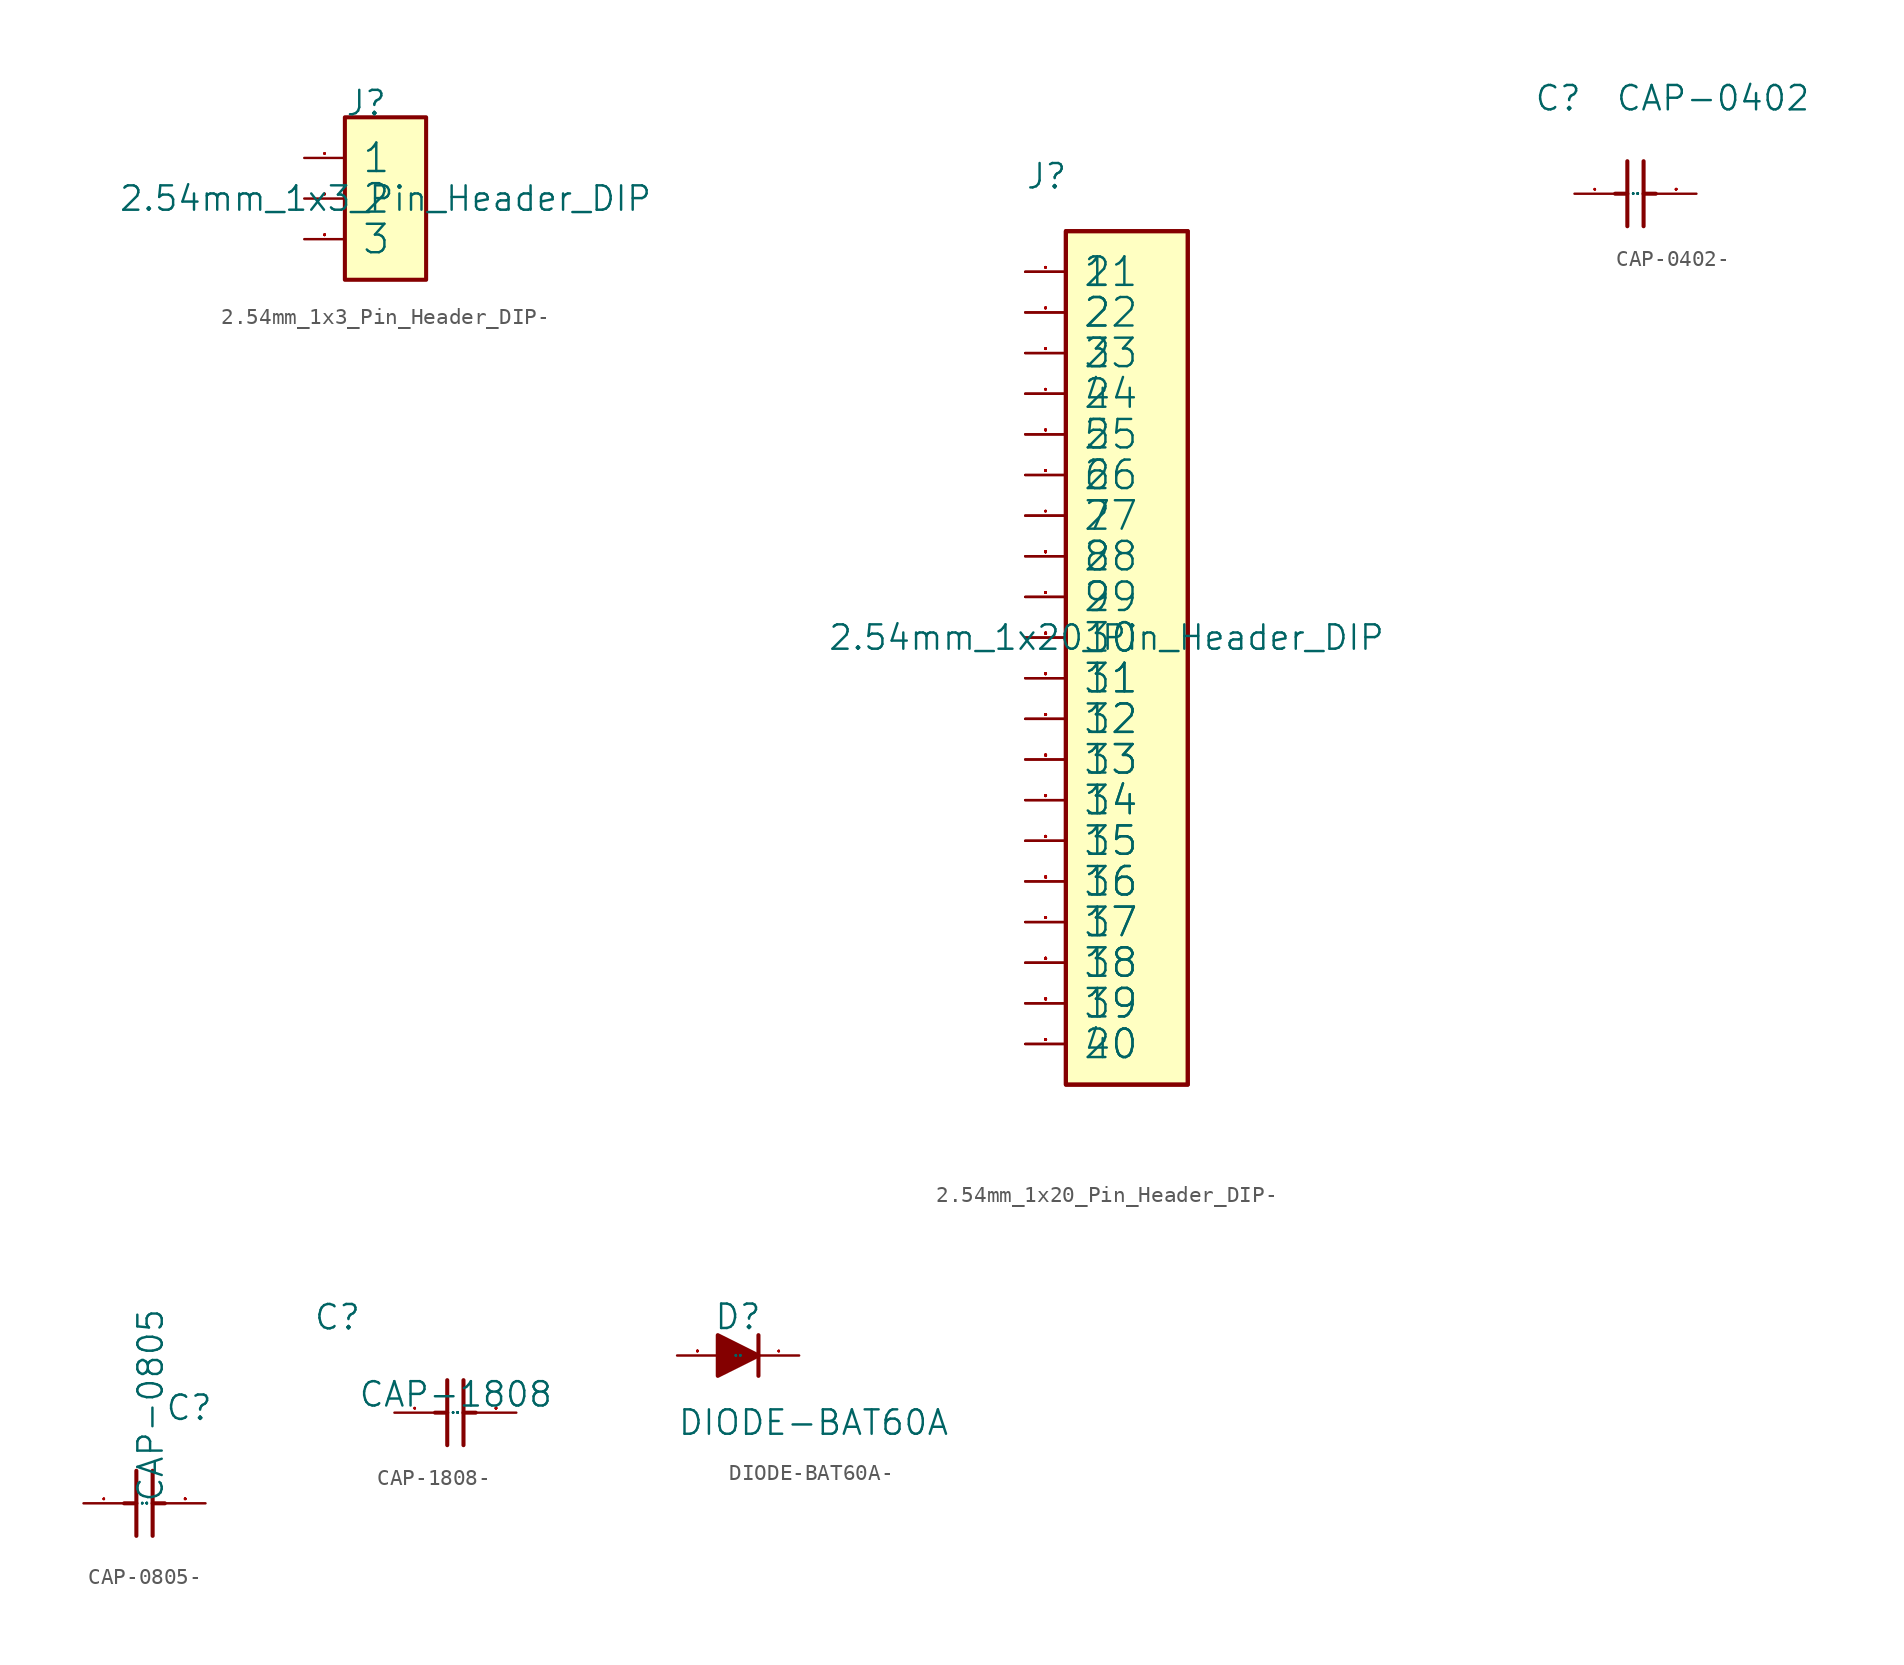
<source format=kicad_sym>
(kicad_symbol_lib
  (version 20220914)
  (generator kicad_symbol_editor)
  (symbol "2.54mm_1x3_Pin_Header_DIP-"
    (pin_names
      (offset 1.016))
    (property "Reference" "J"
      (at -2.54 5.08 0)
      (effects (font (size 1.524 1.524)) (justify left bottom)))
    (property "Value" "2.54mm_1x3_Pin_Header_DIP"
      (at 0 0 0)
      (effects (font (size 1.524 1.524))))
    (property "Footprint" ""
      (at 0 0 0)
      (effects (font (size 1.524 1.524))))
    (property "Datasheet" ""
      (at 0 0 0)
      (effects (font (size 1.524 1.524))))
    (symbol "2.54mm_1x3_Pin_Header_DIP-_0_1"
      (rectangle (start -2.54 -5.08) (end 2.54 5.08) (stroke (width 0.254) (type solid)) (fill (type background)))
      (pin passive line (at -5.08 2.54 0) (length 2.54) (name "1" (effects (font (size 1.778 1.778)))) (number "1" (effects (font (size 0.025 0.025)))))
      (pin passive line (at -5.08 0 0) (length 2.54) (name "2" (effects (font (size 1.778 1.778)))) (number "2" (effects (font (size 0.025 0.025)))))
      (pin passive line (at -5.08 -2.54 0) (length 2.54) (name "3" (effects (font (size 1.778 1.778)))) (number "3" (effects (font (size 0.025 0.025)))))))
  (symbol "2.54mm_1x20_Pin_Header_DIP-"
    (pin_names
      (offset 1.016))
    (property "Reference" "J"
      (at -5.08 27.94 0)
      (effects (font (size 1.524 1.524)) (justify left bottom)))
    (property "Value" "2.54mm_1x20_Pin_Header_DIP"
      (at 0 0 0)
      (effects (font (size 1.524 1.524))))
    (property "Footprint" ""
      (at 0 0 0)
      (effects (font (size 1.524 1.524))))
    (property "Datasheet" ""
      (at 0 0 0)
      (effects (font (size 1.524 1.524))))
    (symbol "2.54mm_1x20_Pin_Header_DIP-_0_1"
      (rectangle (start -2.54 -27.94) (end 5.08 25.4) (stroke (width 0.254) (type solid)) (fill (type background)))
      (rectangle (start 5.08 25.4) (end -2.54 -27.94) (stroke (width 0.254) (type solid)) (fill (type background)))
      (pin passive line (at -5.08 22.86 0) (length 2.54) (name "1" (effects (font (size 1.778 1.778)))) (number "1" (effects (font (size 0.025 0.025)))))
      (pin passive line (at -5.08 22.86 0) (length 2.54) (name "21" (effects (font (size 1.778 1.778)))) (number "1" (effects (font (size 0.025 0.025)))))
      (pin passive line (at -5.08 0 0) (length 2.54) (name "10" (effects (font (size 1.778 1.778)))) (number "10" (effects (font (size 0.025 0.025)))))
      (pin passive line (at -5.08 0 0) (length 2.54) (name "30" (effects (font (size 1.778 1.778)))) (number "10" (effects (font (size 0.025 0.025)))))
      (pin passive line (at -5.08 -2.54 0) (length 2.54) (name "11" (effects (font (size 1.778 1.778)))) (number "11" (effects (font (size 0.025 0.025)))))
      (pin passive line (at -5.08 -2.54 0) (length 2.54) (name "31" (effects (font (size 1.778 1.778)))) (number "11" (effects (font (size 0.025 0.025)))))
      (pin passive line (at -5.08 -5.08 0) (length 2.54) (name "12" (effects (font (size 1.778 1.778)))) (number "12" (effects (font (size 0.025 0.025)))))
      (pin passive line (at -5.08 -5.08 0) (length 2.54) (name "32" (effects (font (size 1.778 1.778)))) (number "12" (effects (font (size 0.025 0.025)))))
      (pin passive line (at -5.08 -7.62 0) (length 2.54) (name "13" (effects (font (size 1.778 1.778)))) (number "13" (effects (font (size 0.025 0.025)))))
      (pin passive line (at -5.08 -7.62 0) (length 2.54) (name "33" (effects (font (size 1.778 1.778)))) (number "13" (effects (font (size 0.025 0.025)))))
      (pin passive line (at -5.08 -10.16 0) (length 2.54) (name "14" (effects (font (size 1.778 1.778)))) (number "14" (effects (font (size 0.025 0.025)))))
      (pin passive line (at -5.08 -10.16 0) (length 2.54) (name "34" (effects (font (size 1.778 1.778)))) (number "14" (effects (font (size 0.025 0.025)))))
      (pin passive line (at -5.08 -12.7 0) (length 2.54) (name "15" (effects (font (size 1.778 1.778)))) (number "15" (effects (font (size 0.025 0.025)))))
      (pin passive line (at -5.08 -12.7 0) (length 2.54) (name "35" (effects (font (size 1.778 1.778)))) (number "15" (effects (font (size 0.025 0.025)))))
      (pin passive line (at -5.08 -15.24 0) (length 2.54) (name "16" (effects (font (size 1.778 1.778)))) (number "16" (effects (font (size 0.025 0.025)))))
      (pin passive line (at -5.08 -15.24 0) (length 2.54) (name "36" (effects (font (size 1.778 1.778)))) (number "16" (effects (font (size 0.025 0.025)))))
      (pin passive line (at -5.08 -17.78 0) (length 2.54) (name "17" (effects (font (size 1.778 1.778)))) (number "17" (effects (font (size 0.025 0.025)))))
      (pin passive line (at -5.08 -17.78 0) (length 2.54) (name "37" (effects (font (size 1.778 1.778)))) (number "17" (effects (font (size 0.025 0.025)))))
      (pin passive line (at -5.08 -20.32 0) (length 2.54) (name "18" (effects (font (size 1.778 1.778)))) (number "18" (effects (font (size 0.025 0.025)))))
      (pin passive line (at -5.08 -20.32 0) (length 2.54) (name "38" (effects (font (size 1.778 1.778)))) (number "18" (effects (font (size 0.025 0.025)))))
      (pin passive line (at -5.08 -22.86 0) (length 2.54) (name "19" (effects (font (size 1.778 1.778)))) (number "19" (effects (font (size 0.025 0.025)))))
      (pin passive line (at -5.08 -22.86 0) (length 2.54) (name "39" (effects (font (size 1.778 1.778)))) (number "19" (effects (font (size 0.025 0.025)))))
      (pin passive line (at -5.08 20.32 0) (length 2.54) (name "2" (effects (font (size 1.778 1.778)))) (number "2" (effects (font (size 0.025 0.025)))))
      (pin passive line (at -5.08 20.32 0) (length 2.54) (name "22" (effects (font (size 1.778 1.778)))) (number "2" (effects (font (size 0.025 0.025)))))
      (pin passive line (at -5.08 -25.4 0) (length 2.54) (name "20" (effects (font (size 1.778 1.778)))) (number "20" (effects (font (size 0.025 0.025)))))
      (pin passive line (at -5.08 -25.4 0) (length 2.54) (name "40" (effects (font (size 1.778 1.778)))) (number "20" (effects (font (size 0.025 0.025)))))
      (pin passive line (at -5.08 17.78 0) (length 2.54) (name "23" (effects (font (size 1.778 1.778)))) (number "3" (effects (font (size 0.025 0.025)))))
      (pin passive line (at -5.08 17.78 0) (length 2.54) (name "3" (effects (font (size 1.778 1.778)))) (number "3" (effects (font (size 0.025 0.025)))))
      (pin passive line (at -5.08 15.24 0) (length 2.54) (name "24" (effects (font (size 1.778 1.778)))) (number "4" (effects (font (size 0.025 0.025)))))
      (pin passive line (at -5.08 15.24 0) (length 2.54) (name "4" (effects (font (size 1.778 1.778)))) (number "4" (effects (font (size 0.025 0.025)))))
      (pin passive line (at -5.08 12.7 0) (length 2.54) (name "25" (effects (font (size 1.778 1.778)))) (number "5" (effects (font (size 0.025 0.025)))))
      (pin passive line (at -5.08 12.7 0) (length 2.54) (name "5" (effects (font (size 1.778 1.778)))) (number "5" (effects (font (size 0.025 0.025)))))
      (pin passive line (at -5.08 10.16 0) (length 2.54) (name "26" (effects (font (size 1.778 1.778)))) (number "6" (effects (font (size 0.025 0.025)))))
      (pin passive line (at -5.08 10.16 0) (length 2.54) (name "6" (effects (font (size 1.778 1.778)))) (number "6" (effects (font (size 0.025 0.025)))))
      (pin passive line (at -5.08 7.62 0) (length 2.54) (name "27" (effects (font (size 1.778 1.778)))) (number "7" (effects (font (size 0.025 0.025)))))
      (pin passive line (at -5.08 7.62 0) (length 2.54) (name "7" (effects (font (size 1.778 1.778)))) (number "7" (effects (font (size 0.025 0.025)))))
      (pin passive line (at -5.08 5.08 0) (length 2.54) (name "28" (effects (font (size 1.778 1.778)))) (number "8" (effects (font (size 0.025 0.025)))))
      (pin passive line (at -5.08 5.08 0) (length 2.54) (name "8" (effects (font (size 1.778 1.778)))) (number "8" (effects (font (size 0.025 0.025)))))
      (pin passive line (at -5.08 2.54 0) (length 2.54) (name "29" (effects (font (size 1.778 1.778)))) (number "9" (effects (font (size 0.025 0.025)))))
      (pin passive line (at -5.08 2.54 0) (length 2.54) (name "9" (effects (font (size 1.778 1.778)))) (number "9" (effects (font (size 0.025 0.025)))))))
  (symbol "CAP-0402-"
    (pin_names
      (offset 1.016))
    (property "Reference" "C"
      (at -5.08 2.54 0)
      (effects (font (size 1.524 1.524)) (justify left bottom)))
    (property "Value" "CAP-0402"
      (at 0 2.54 0)
      (effects (font (size 1.524 1.524)) (justify left bottom)))
    (property "Footprint" ""
      (at 0 0 0)
      (effects (font (size 1.524 1.524))))
    (property "Datasheet" ""
      (at 0 0 0)
      (effects (font (size 1.524 1.524))))
    (symbol "CAP-0402-_0_1"
      (polyline (pts (xy 0 -2.54) (xy 0.762 -2.54)) (stroke (width 0.254) (type solid)) (fill (type none)))
      (polyline (pts (xy 0.762 -4.572) (xy 0.762 -0.508)) (stroke (width 0.254) (type solid)) (fill (type none)))
      (polyline (pts (xy 1.778 -0.508) (xy 1.778 -4.572)) (stroke (width 0.254) (type solid)) (fill (type none)))
      (polyline (pts (xy 2.54 -2.54) (xy 1.778 -2.54)) (stroke (width 0.254) (type solid)) (fill (type none)))
      (pin passive line (at -2.54 -2.54 0) (length 2.54) (name "1" (effects (font (size 0.025 0.025)))) (number "1" (effects (font (size 0.025 0.025)))))
      (pin passive line (at 5.08 -2.54 180) (length 2.54) (name "2" (effects (font (size 0.025 0.025)))) (number "2" (effects (font (size 0.025 0.025)))))))
  (symbol "CAP-0805-"
    (pin_names
      (offset 1.016))
    (property "Reference" "C"
      (at 2.54 2.54 0)
      (effects (font (size 1.524 1.524)) (justify left bottom)))
    (property "Value" "CAP-0805"
      (at 2.54 -2.54 90)
      (effects (font (size 1.524 1.524)) (justify left bottom)))
    (property "Footprint" ""
      (at 0 0 0)
      (effects (font (size 1.524 1.524))))
    (property "Datasheet" ""
      (at 0 0 0)
      (effects (font (size 1.524 1.524))))
    (symbol "CAP-0805-_0_1"
      (polyline (pts (xy 0 -2.54) (xy 0.762 -2.54)) (stroke (width 0.254) (type solid)) (fill (type none)))
      (polyline (pts (xy 0.762 -4.572) (xy 0.762 -0.508)) (stroke (width 0.254) (type solid)) (fill (type none)))
      (polyline (pts (xy 1.778 -0.508) (xy 1.778 -4.572)) (stroke (width 0.254) (type solid)) (fill (type none)))
      (polyline (pts (xy 2.54 -2.54) (xy 1.778 -2.54)) (stroke (width 0.254) (type solid)) (fill (type none)))
      (pin passive line (at -2.54 -2.54 0) (length 2.54) (name "1" (effects (font (size 0.025 0.025)))) (number "1" (effects (font (size 0.025 0.025)))))
      (pin passive line (at 5.08 -2.54 180) (length 2.54) (name "2" (effects (font (size 0.025 0.025)))) (number "2" (effects (font (size 0.025 0.025)))))))
  (symbol "CAP-1808-"
    (pin_names
      (offset 1.016))
    (property "Reference" "C"
      (at -7.62 2.54 0)
      (effects (font (size 1.524 1.524)) (justify left bottom)))
    (property "Value" "CAP-1808"
      (at -4.826 -2.286 0)
      (effects (font (size 1.524 1.524)) (justify left bottom)))
    (property "Footprint" ""
      (at 0 0 0)
      (effects (font (size 1.524 1.524))))
    (property "Datasheet" ""
      (at 0 0 0)
      (effects (font (size 1.524 1.524))))
    (symbol "CAP-1808-_0_1"
      (polyline (pts (xy 0 -2.54) (xy 0.762 -2.54)) (stroke (width 0.254) (type solid)) (fill (type none)))
      (polyline (pts (xy 0.762 -4.572) (xy 0.762 -0.508)) (stroke (width 0.254) (type solid)) (fill (type none)))
      (polyline (pts (xy 1.778 -0.508) (xy 1.778 -4.572)) (stroke (width 0.254) (type solid)) (fill (type none)))
      (polyline (pts (xy 2.54 -2.54) (xy 1.778 -2.54)) (stroke (width 0.254) (type solid)) (fill (type none)))
      (pin passive line (at -2.54 -2.54 0) (length 2.54) (name "1" (effects (font (size 0.025 0.025)))) (number "1" (effects (font (size 0.025 0.025)))))
      (pin passive line (at 5.08 -2.54 180) (length 2.54) (name "2" (effects (font (size 0.025 0.025)))) (number "2" (effects (font (size 0.025 0.025)))))))
  (symbol "DIODE-BAT60A-"
    (pin_names
      (offset 1.016))
    (property "Reference" "D"
      (at -0.254 1.524 0)
      (effects (font (size 1.524 1.524)) (justify left bottom)))
    (property "Value" "DIODE-BAT60A"
      (at -2.54 -5.08 0)
      (effects (font (size 1.524 1.524)) (justify left bottom)))
    (property "Footprint" ""
      (at 0 0 0)
      (effects (font (size 1.524 1.524))))
    (property "Datasheet" ""
      (at 0 0 0)
      (effects (font (size 1.524 1.524))))
    (symbol "DIODE-BAT60A-_0_1"
      (polyline (pts (xy 2.54 1.27) (xy 2.54 -1.27)) (stroke (width 0.254) (type solid)) (fill (type none)))
      (polyline (pts (xy 0 -1.27) (xy 2.54 0) (xy 0 1.27) (xy 0 -1.27)) (stroke (width 0.254) (type solid)) (fill (type outline)))
      (pin passive line (at 5.08 0 180) (length 2.54) (name "K" (effects (font (size 0.025 0.025)))) (number "1" (effects (font (size 0.025 0.025)))))
      (pin passive line (at -2.54 0 0) (length 2.54) (name "A" (effects (font (size 0.025 0.025)))) (number "2" (effects (font (size 0.025 0.025))))))))
</source>
